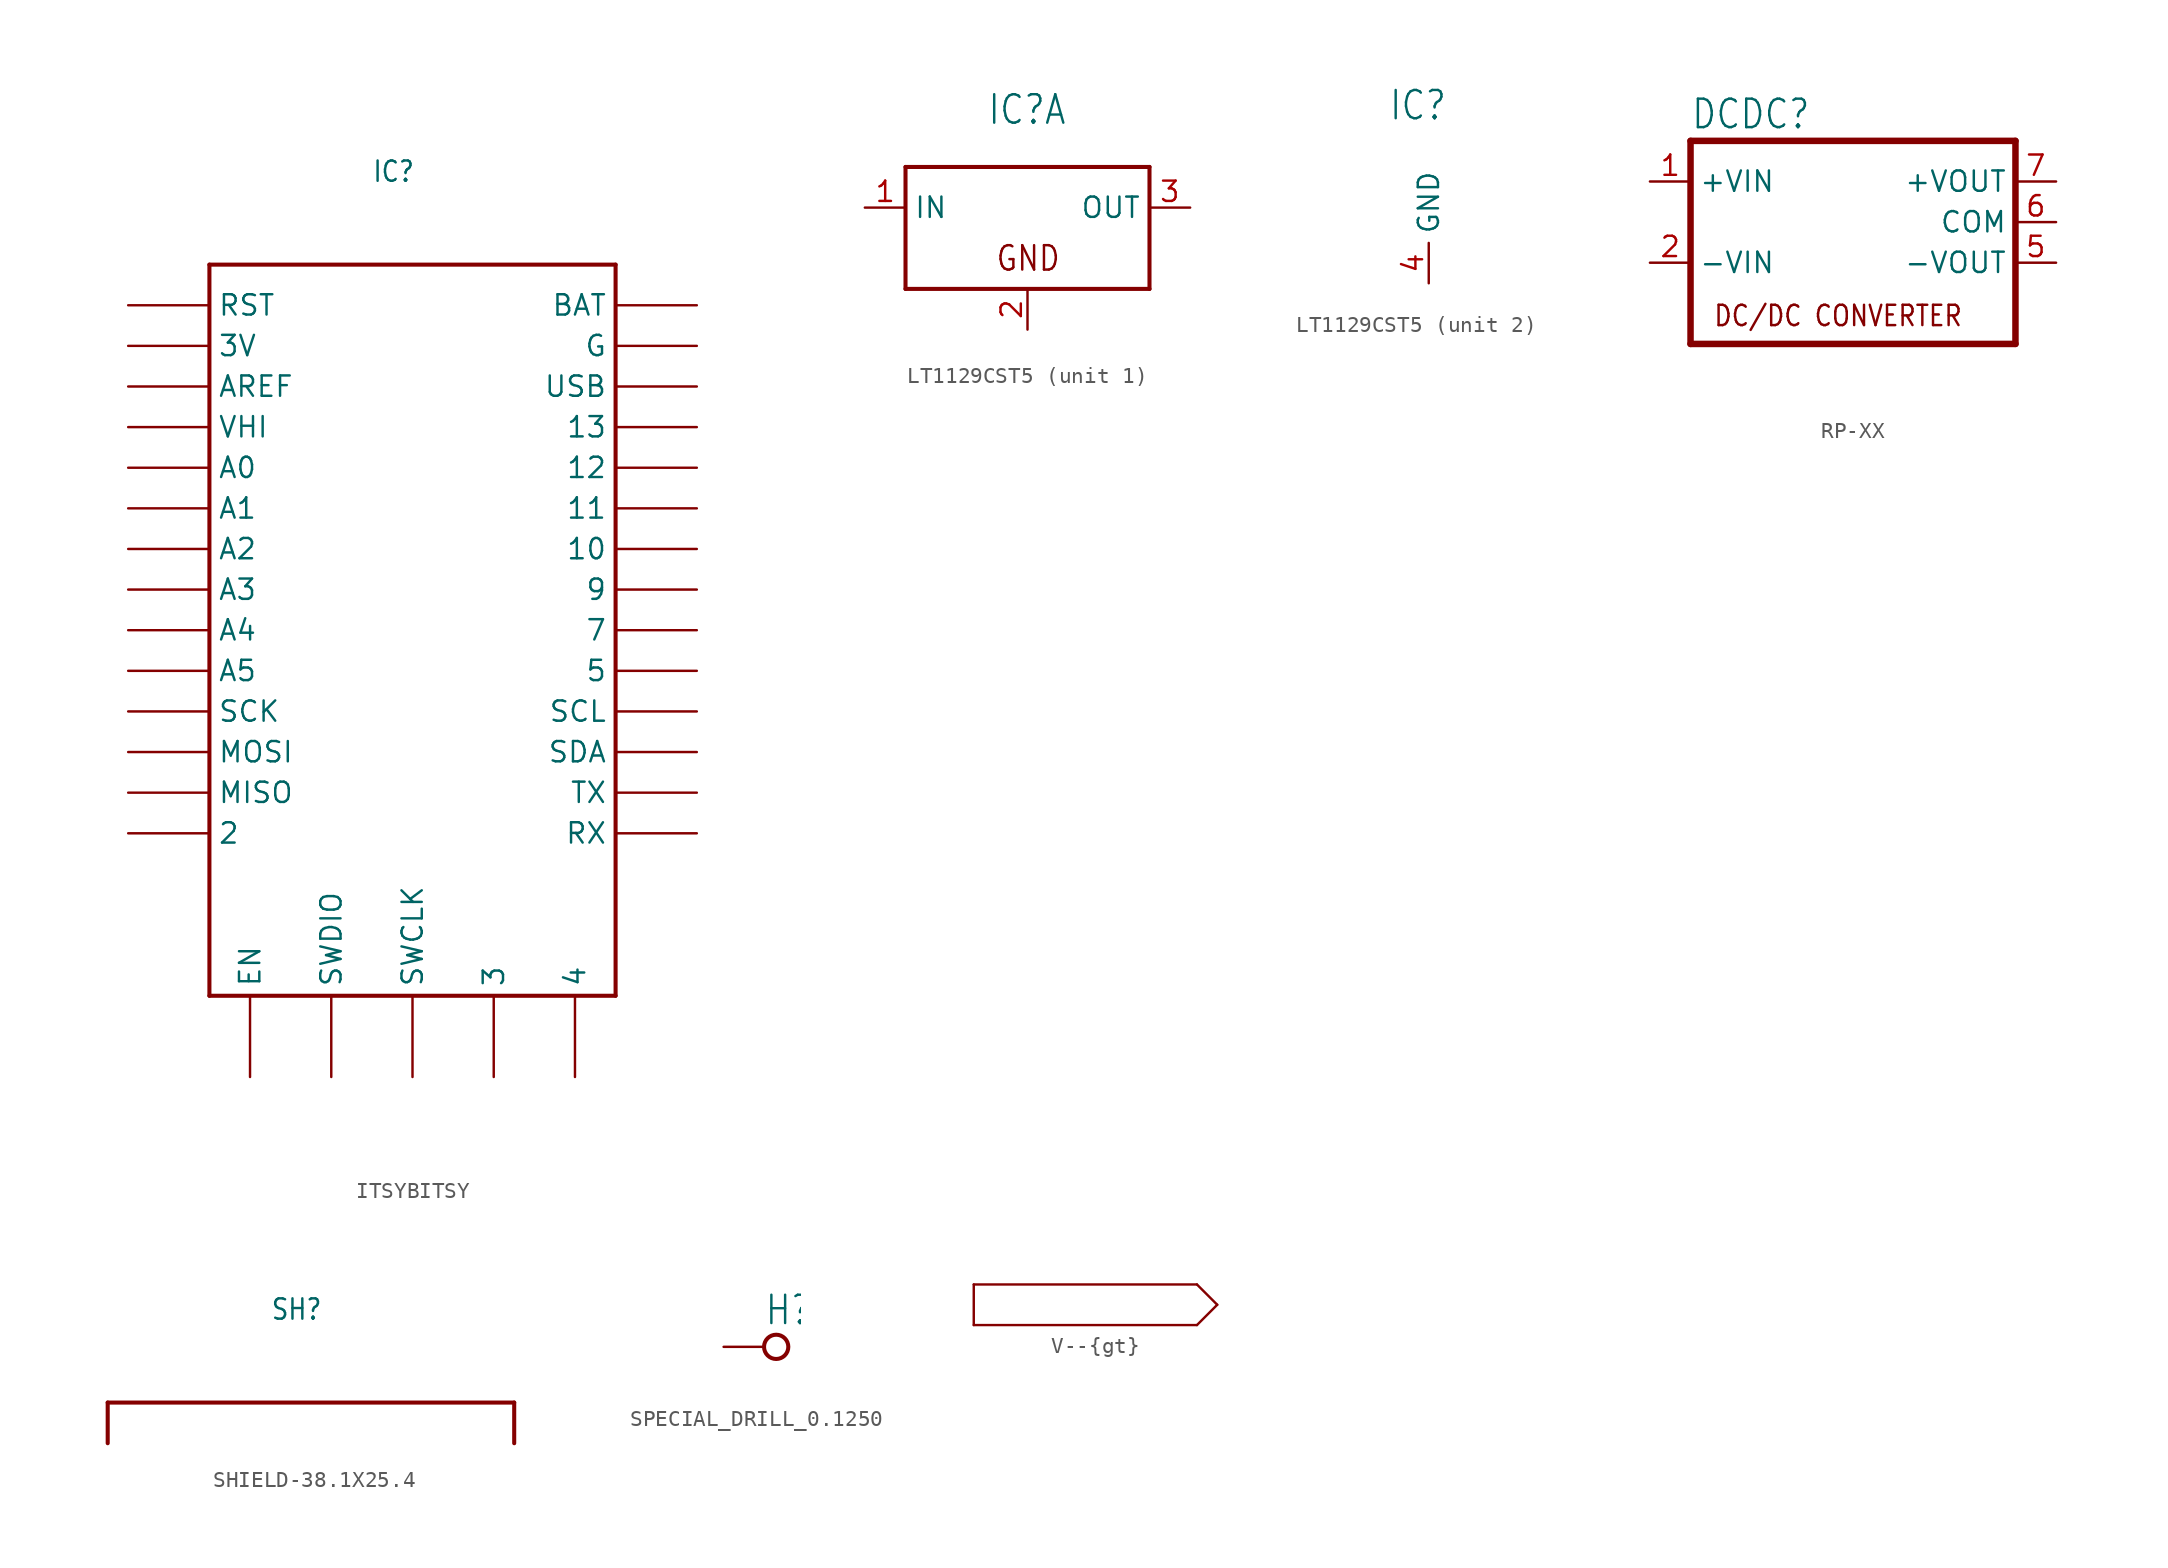
<source format=kicad_sym>
(kicad_symbol_lib
  (version 20231120)
  (generator "kicad_symbol_editor")
  (generator_version "8.0")
  (symbol "ITSYBITSY"
    (property "Reference" "IC"
      (at -2.54 27.94 0)
      (effects (font (size 1.27 1.079)) (justify left bottom)))
    (property "Value" ""
      (at -2.54 25.4 0)
      (effects (font (size 1.27 1.079)) (justify left bottom)))
    (property "ki_locked" ""
      (at 0 0 0)
      (effects (font (size 1.27 1.27))))
    (symbol "ITSYBITSY_1_0"
      (polyline (pts (xy -12.7 -22.86) (xy -12.7 22.86)) (stroke (width 0.254) (type solid)) (fill (type none)))
      (polyline (pts (xy -12.7 22.86) (xy 12.7 22.86)) (stroke (width 0.254) (type solid)) (fill (type none)))
      (polyline (pts (xy 12.7 -22.86) (xy -12.7 -22.86)) (stroke (width 0.254) (type solid)) (fill (type none)))
      (polyline (pts (xy 12.7 22.86) (xy 12.7 -22.86)) (stroke (width 0.254) (type solid)) (fill (type none)))
      (pin bidirectional line (at -17.78 20.32 0) (length 5.08) (name "RST" (effects (font (size 1.27 1.27)))) (number "1" (effects (font (size 0 0)))))
      (pin bidirectional line (at -17.78 -2.54 0) (length 5.08) (name "A5" (effects (font (size 1.27 1.27)))) (number "10" (effects (font (size 0 0)))))
      (pin bidirectional line (at -17.78 -5.08 0) (length 5.08) (name "SCK" (effects (font (size 1.27 1.27)))) (number "11" (effects (font (size 0 0)))))
      (pin bidirectional line (at -17.78 -7.62 0) (length 5.08) (name "MOSI" (effects (font (size 1.27 1.27)))) (number "12" (effects (font (size 0 0)))))
      (pin bidirectional line (at -17.78 -10.16 0) (length 5.08) (name "MISO" (effects (font (size 1.27 1.27)))) (number "13" (effects (font (size 0 0)))))
      (pin bidirectional line (at -17.78 -12.7 0) (length 5.08) (name "2" (effects (font (size 1.27 1.27)))) (number "14" (effects (font (size 0 0)))))
      (pin bidirectional line (at -10.16 -27.94 90) (length 5.08) (name "EN" (effects (font (size 1.27 1.27)))) (number "15" (effects (font (size 0 0)))))
      (pin bidirectional line (at -5.08 -27.94 90) (length 5.08) (name "SWDIO" (effects (font (size 1.27 1.27)))) (number "16" (effects (font (size 0 0)))))
      (pin bidirectional line (at 0 -27.94 90) (length 5.08) (name "SWCLK" (effects (font (size 1.27 1.27)))) (number "17" (effects (font (size 0 0)))))
      (pin bidirectional line (at 5.08 -27.94 90) (length 5.08) (name "3" (effects (font (size 1.27 1.27)))) (number "18" (effects (font (size 0 0)))))
      (pin bidirectional line (at 10.16 -27.94 90) (length 5.08) (name "4" (effects (font (size 1.27 1.27)))) (number "19" (effects (font (size 0 0)))))
      (pin bidirectional line (at -17.78 17.78 0) (length 5.08) (name "3V" (effects (font (size 1.27 1.27)))) (number "2" (effects (font (size 0 0)))))
      (pin bidirectional line (at 17.78 -12.7 180) (length 5.08) (name "RX" (effects (font (size 1.27 1.27)))) (number "20" (effects (font (size 0 0)))))
      (pin bidirectional line (at 17.78 -10.16 180) (length 5.08) (name "TX" (effects (font (size 1.27 1.27)))) (number "21" (effects (font (size 0 0)))))
      (pin bidirectional line (at 17.78 -7.62 180) (length 5.08) (name "SDA" (effects (font (size 1.27 1.27)))) (number "22" (effects (font (size 0 0)))))
      (pin bidirectional line (at 17.78 -5.08 180) (length 5.08) (name "SCL" (effects (font (size 1.27 1.27)))) (number "23" (effects (font (size 0 0)))))
      (pin bidirectional line (at 17.78 -2.54 180) (length 5.08) (name "5~{}" (effects (font (size 1.27 1.27)))) (number "24" (effects (font (size 0 0)))))
      (pin bidirectional line (at 17.78 0 180) (length 5.08) (name "7" (effects (font (size 1.27 1.27)))) (number "25" (effects (font (size 0 0)))))
      (pin bidirectional line (at 17.78 2.54 180) (length 5.08) (name "9" (effects (font (size 1.27 1.27)))) (number "26" (effects (font (size 0 0)))))
      (pin bidirectional line (at 17.78 5.08 180) (length 5.08) (name "10" (effects (font (size 1.27 1.27)))) (number "27" (effects (font (size 0 0)))))
      (pin bidirectional line (at 17.78 7.62 180) (length 5.08) (name "11" (effects (font (size 1.27 1.27)))) (number "28" (effects (font (size 0 0)))))
      (pin bidirectional line (at 17.78 10.16 180) (length 5.08) (name "12" (effects (font (size 1.27 1.27)))) (number "29" (effects (font (size 0 0)))))
      (pin bidirectional line (at -17.78 15.24 0) (length 5.08) (name "AREF" (effects (font (size 1.27 1.27)))) (number "3" (effects (font (size 0 0)))))
      (pin bidirectional line (at 17.78 12.7 180) (length 5.08) (name "13" (effects (font (size 1.27 1.27)))) (number "30" (effects (font (size 0 0)))))
      (pin bidirectional line (at 17.78 15.24 180) (length 5.08) (name "USB" (effects (font (size 1.27 1.27)))) (number "31" (effects (font (size 0 0)))))
      (pin bidirectional line (at 17.78 17.78 180) (length 5.08) (name "G" (effects (font (size 1.27 1.27)))) (number "32" (effects (font (size 0 0)))))
      (pin bidirectional line (at 17.78 20.32 180) (length 5.08) (name "BAT" (effects (font (size 1.27 1.27)))) (number "33" (effects (font (size 0 0)))))
      (pin bidirectional line (at -17.78 12.7 0) (length 5.08) (name "VHI" (effects (font (size 1.27 1.27)))) (number "4" (effects (font (size 0 0)))))
      (pin bidirectional line (at -17.78 10.16 0) (length 5.08) (name "A0" (effects (font (size 1.27 1.27)))) (number "5" (effects (font (size 0 0)))))
      (pin bidirectional line (at -17.78 7.62 0) (length 5.08) (name "A1" (effects (font (size 1.27 1.27)))) (number "6" (effects (font (size 0 0)))))
      (pin bidirectional line (at -17.78 5.08 0) (length 5.08) (name "A2" (effects (font (size 1.27 1.27)))) (number "7" (effects (font (size 0 0)))))
      (pin bidirectional line (at -17.78 2.54 0) (length 5.08) (name "A3" (effects (font (size 1.27 1.27)))) (number "8" (effects (font (size 0 0)))))
      (pin bidirectional line (at -17.78 0 0) (length 5.08) (name "A4" (effects (font (size 1.27 1.27)))) (number "9" (effects (font (size 0 0)))))))
  (symbol "LT1129CST5"
    (property "Reference" "IC"
      (at -2.54 7.62 0)
      (effects (font (size 1.778 1.511)) (justify left bottom)))
    (property "ki_locked" ""
      (at 0 0 0)
      (effects (font (size 1.27 1.27))))
    (symbol "LT1129CST5_1_0"
      (polyline (pts (xy -7.62 -2.54) (xy -7.62 5.08)) (stroke (width 0.254) (type solid)) (fill (type none)))
      (polyline (pts (xy -7.62 5.08) (xy 7.62 5.08)) (stroke (width 0.254) (type solid)) (fill (type none)))
      (polyline (pts (xy 7.62 -2.54) (xy -7.62 -2.54)) (stroke (width 0.254) (type solid)) (fill (type none)))
      (polyline (pts (xy 7.62 5.08) (xy 7.62 -2.54)) (stroke (width 0.254) (type solid)) (fill (type none)))
      (text "GND" (at -2.032 -1.524 0) (effects (font (size 1.524 1.295)) (justify left bottom)))
      (pin input line (at -10.16 2.54 0) (length 2.54) (name "IN" (effects (font (size 1.27 1.27)))) (number "1" (effects (font (size 1.27 1.27)))))
      (pin power_in line (at 0 -5.08 90) (length 2.54) (name "GND" (effects (font (size 0 0)))) (number "2" (effects (font (size 1.27 1.27)))))
      (pin output line (at 10.16 2.54 180) (length 2.54) (name "OUT" (effects (font (size 1.27 1.27)))) (number "3" (effects (font (size 1.27 1.27))))))
    (symbol "LT1129CST5_2_0"
      (pin power_in line (at 0 -2.54 90) (length 2.54) (name "GND" (effects (font (size 1.27 1.27)))) (number "4" (effects (font (size 1.27 1.27)))))))
  (symbol "RP-XX"
    (property "Reference" "DCDC"
      (at -10.16 5.715 0)
      (effects (font (size 1.778 1.511)) (justify left bottom)))
    (property "Value" ""
      (at -10.16 -10.16 0)
      (effects (font (size 1.778 1.511)) (justify left bottom)))
    (property "ki_locked" ""
      (at 0 0 0)
      (effects (font (size 1.27 1.27))))
    (symbol "RP-XX_1_0"
      (polyline (pts (xy -10.16 -7.62) (xy -10.16 5.08)) (stroke (width 0.406) (type solid)) (fill (type none)))
      (polyline (pts (xy -10.16 5.08) (xy 10.16 5.08)) (stroke (width 0.406) (type solid)) (fill (type none)))
      (polyline (pts (xy 10.16 -7.62) (xy -10.16 -7.62)) (stroke (width 0.406) (type solid)) (fill (type none)))
      (polyline (pts (xy 10.16 5.08) (xy 10.16 -7.62)) (stroke (width 0.406) (type solid)) (fill (type none)))
      (text "DC/DC CONVERTER" (at -8.763 -6.604 0) (effects (font (size 1.27 1.079)) (justify left bottom)))
      (pin passive line (at -12.7 2.54 0) (length 2.54) (name "+VIN" (effects (font (size 1.27 1.27)))) (number "1" (effects (font (size 1.27 1.27)))))
      (pin passive line (at -12.7 -2.54 0) (length 2.54) (name "-VIN" (effects (font (size 1.27 1.27)))) (number "2" (effects (font (size 1.27 1.27)))))
      (pin passive line (at 12.7 -2.54 180) (length 2.54) (name "-VOUT" (effects (font (size 1.27 1.27)))) (number "5" (effects (font (size 1.27 1.27)))))
      (pin passive line (at 12.7 0 180) (length 2.54) (name "COM" (effects (font (size 1.27 1.27)))) (number "6" (effects (font (size 1.27 1.27)))))
      (pin passive line (at 12.7 2.54 180) (length 2.54) (name "+VOUT" (effects (font (size 1.27 1.27)))) (number "7" (effects (font (size 1.27 1.27)))))))
  (symbol "SHIELD-38.1X25.4"
    (property "Reference" "SH"
      (at -2.54 7.62 0)
      (effects (font (size 1.27 1.079)) (justify left bottom)))
    (property "Value" ""
      (at -2.54 5.08 0)
      (effects (font (size 1.27 1.079)) (justify left bottom)))
    (property "ki_locked" ""
      (at 0 0 0)
      (effects (font (size 1.27 1.27))))
    (symbol "SHIELD-38.1X25.4_1_0"
      (polyline (pts (xy -12.7 0) (xy -12.7 2.54)) (stroke (width 0.254) (type solid)) (fill (type none)))
      (polyline (pts (xy -12.7 2.54) (xy 12.7 2.54)) (stroke (width 0.254) (type solid)) (fill (type none)))
      (polyline (pts (xy 12.7 2.54) (xy 12.7 0)) (stroke (width 0.254) (type solid)) (fill (type none)))
      (pin passive line (at 12.7 0 0) (length 0) (name "1" (effects (font (size 0 0)))) (number "1" (effects (font (size 0 0)))))
      (pin passive line (at 12.7 0 0) (length 0) (name "1" (effects (font (size 0 0)))) (number "10" (effects (font (size 0 0)))))
      (pin passive line (at 12.7 0 0) (length 0) (name "1" (effects (font (size 0 0)))) (number "11" (effects (font (size 0 0)))))
      (pin passive line (at 12.7 0 0) (length 0) (name "1" (effects (font (size 0 0)))) (number "12" (effects (font (size 0 0)))))
      (pin passive line (at 12.7 0 0) (length 0) (name "1" (effects (font (size 0 0)))) (number "13" (effects (font (size 0 0)))))
      (pin passive line (at 12.7 0 0) (length 0) (name "1" (effects (font (size 0 0)))) (number "14" (effects (font (size 0 0)))))
      (pin passive line (at 12.7 0 0) (length 0) (name "1" (effects (font (size 0 0)))) (number "15" (effects (font (size 0 0)))))
      (pin passive line (at 12.7 0 0) (length 0) (name "1" (effects (font (size 0 0)))) (number "16" (effects (font (size 0 0)))))
      (pin passive line (at 12.7 0 0) (length 0) (name "1" (effects (font (size 0 0)))) (number "17" (effects (font (size 0 0)))))
      (pin passive line (at 12.7 0 0) (length 0) (name "1" (effects (font (size 0 0)))) (number "18" (effects (font (size 0 0)))))
      (pin passive line (at 12.7 0 0) (length 0) (name "1" (effects (font (size 0 0)))) (number "19" (effects (font (size 0 0)))))
      (pin passive line (at 12.7 0 0) (length 0) (name "1" (effects (font (size 0 0)))) (number "2" (effects (font (size 0 0)))))
      (pin passive line (at 12.7 0 0) (length 0) (name "1" (effects (font (size 0 0)))) (number "20" (effects (font (size 0 0)))))
      (pin passive line (at 12.7 0 0) (length 0) (name "1" (effects (font (size 0 0)))) (number "21" (effects (font (size 0 0)))))
      (pin passive line (at 12.7 0 0) (length 0) (name "1" (effects (font (size 0 0)))) (number "22" (effects (font (size 0 0)))))
      (pin passive line (at 12.7 0 0) (length 0) (name "1" (effects (font (size 0 0)))) (number "23" (effects (font (size 0 0)))))
      (pin passive line (at 12.7 0 0) (length 0) (name "1" (effects (font (size 0 0)))) (number "24" (effects (font (size 0 0)))))
      (pin passive line (at 12.7 0 0) (length 0) (name "1" (effects (font (size 0 0)))) (number "3" (effects (font (size 0 0)))))
      (pin passive line (at 12.7 0 0) (length 0) (name "1" (effects (font (size 0 0)))) (number "4" (effects (font (size 0 0)))))
      (pin passive line (at 12.7 0 0) (length 0) (name "1" (effects (font (size 0 0)))) (number "5" (effects (font (size 0 0)))))
      (pin passive line (at 12.7 0 0) (length 0) (name "1" (effects (font (size 0 0)))) (number "6" (effects (font (size 0 0)))))
      (pin passive line (at 12.7 0 0) (length 0) (name "1" (effects (font (size 0 0)))) (number "7" (effects (font (size 0 0)))))
      (pin passive line (at 12.7 0 0) (length 0) (name "1" (effects (font (size 0 0)))) (number "8" (effects (font (size 0 0)))))
      (pin passive line (at 12.7 0 0) (length 0) (name "1" (effects (font (size 0 0)))) (number "9" (effects (font (size 0 0)))))))
  (symbol "SPECIAL_DRILL_0.1250"
    (property "Reference" "H"
      (at 0 1.27 0)
      (effects (font (size 1.778 1.511)) (justify left bottom)))
    (property "Value" ""
      (at 0 -2.794 0)
      (effects (font (size 1.778 1.511)) (justify left bottom)))
    (property "ki_locked" ""
      (at 0 0 0)
      (effects (font (size 1.27 1.27))))
    (symbol "SPECIAL_DRILL_0.1250_1_0"
      (circle (center 0.762 0) (radius 0.762) (stroke (width 0.254) (type solid)) (fill (type none)))
      (pin passive line (at -2.54 0 0) (length 2.54) (name "1" (effects (font (size 0 0)))) (number "1" (effects (font (size 0 0)))))))
  (symbol "V--{gt}"
    (property "Reference" "#SUPPLY"
      (at 0 0 0)
      (effects (font (size 1.27 1.27)) (hide yes)))
    (property "Value" ""
      (at 1.27 -0.762 0)
      (effects (font (size 1.778 1.511)) (justify left bottom)))
    (property "ki_locked" ""
      (at 0 0 0)
      (effects (font (size 1.27 1.27))))
    (symbol "V--{gt}_1_0"
      (polyline (pts (xy 0 -1.27) (xy 13.97 -1.27)) (stroke (width 0.152) (type solid)) (fill (type none)))
      (polyline (pts (xy 0 1.27) (xy 0 -1.27)) (stroke (width 0.152) (type solid)) (fill (type none)))
      (polyline (pts (xy 13.97 1.27) (xy 0 1.27)) (stroke (width 0.152) (type solid)) (fill (type none)))
      (polyline (pts (xy 15.24 0) (xy 13.97 -1.27)) (stroke (width 0.152) (type solid)) (fill (type none)))
      (polyline (pts (xy 15.24 0) (xy 13.97 1.27)) (stroke (width 0.152) (type solid)) (fill (type none))))))
</source>
